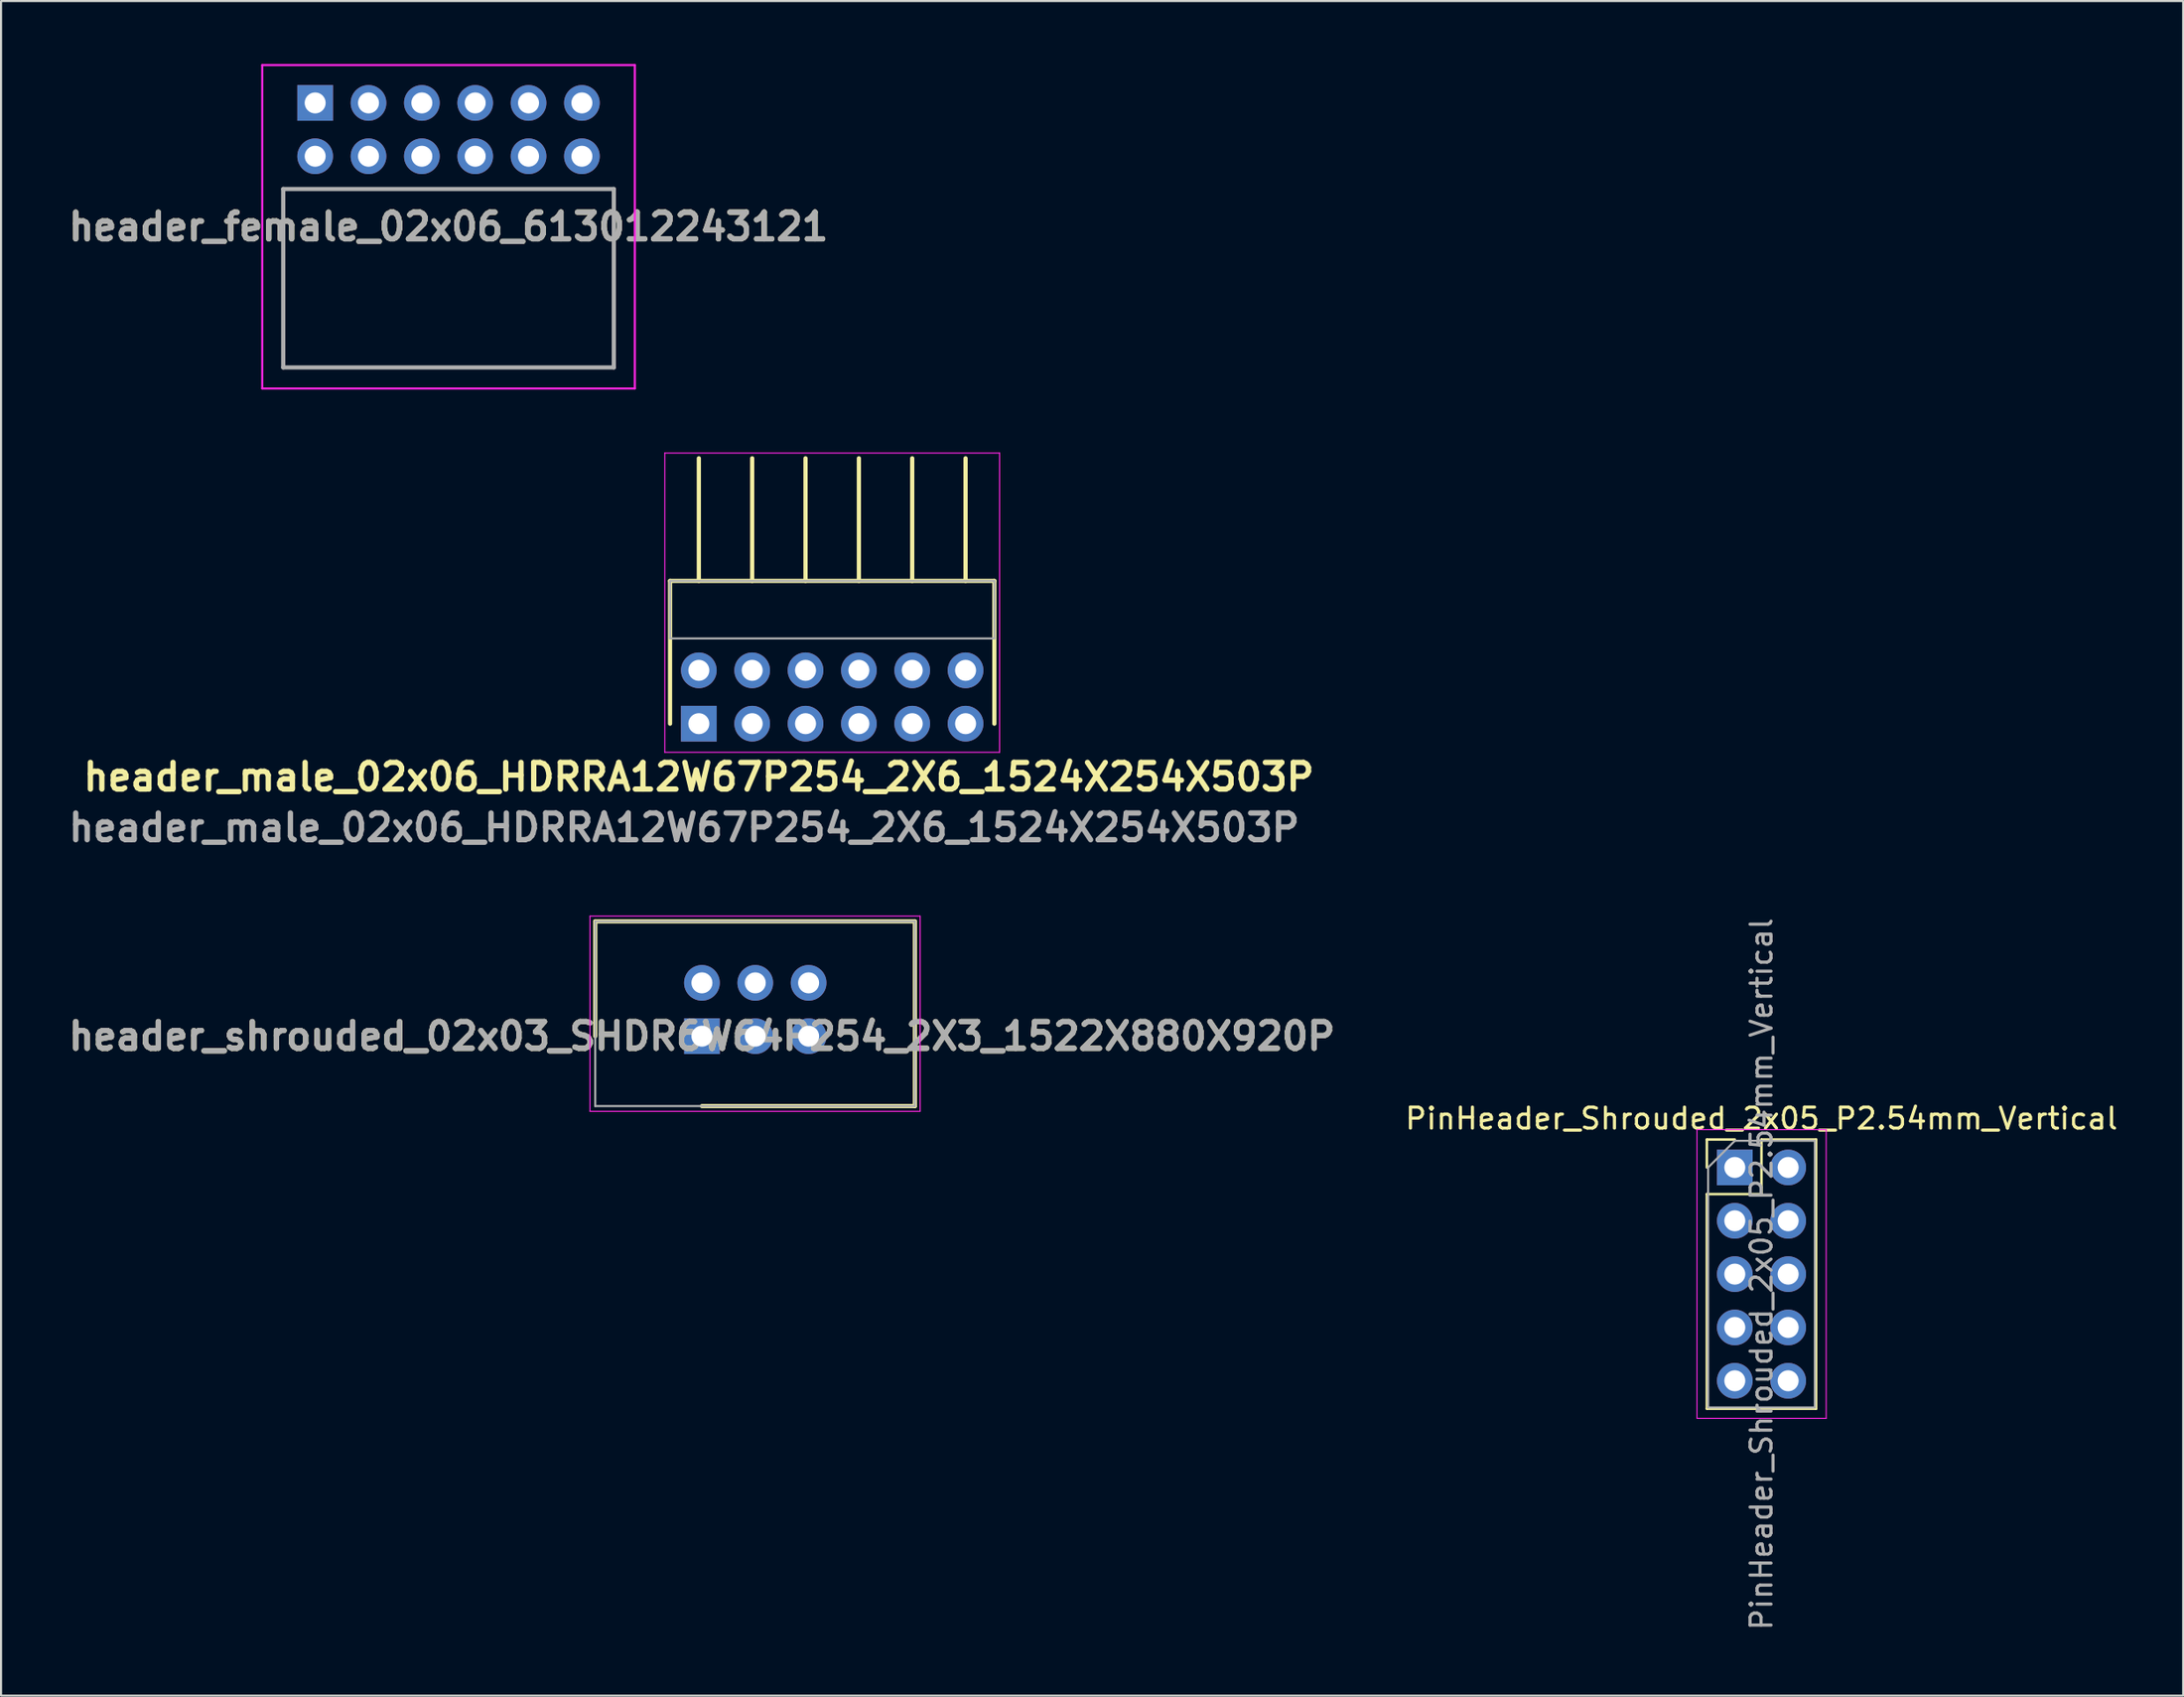
<source format=kicad_pcb>
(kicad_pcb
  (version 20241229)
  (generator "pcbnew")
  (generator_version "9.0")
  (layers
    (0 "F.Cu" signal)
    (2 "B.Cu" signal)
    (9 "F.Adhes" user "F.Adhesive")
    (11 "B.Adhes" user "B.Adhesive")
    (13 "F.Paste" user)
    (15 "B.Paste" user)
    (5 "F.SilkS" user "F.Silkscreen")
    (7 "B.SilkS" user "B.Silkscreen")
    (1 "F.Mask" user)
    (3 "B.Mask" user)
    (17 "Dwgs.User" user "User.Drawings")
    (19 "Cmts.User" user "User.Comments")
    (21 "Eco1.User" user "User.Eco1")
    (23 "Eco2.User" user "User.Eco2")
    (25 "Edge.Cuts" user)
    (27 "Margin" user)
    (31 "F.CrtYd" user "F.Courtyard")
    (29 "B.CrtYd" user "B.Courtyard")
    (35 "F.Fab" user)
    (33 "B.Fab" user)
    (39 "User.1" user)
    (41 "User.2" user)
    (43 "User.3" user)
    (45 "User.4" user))
  (footprint "header_shrouded_02x03_SHDR6W64P254_2X3_1522X880X920P"
    (layer "F.Cu")
    (at 30.371 46.301)
    (property "Reference" "header_shrouded_02x03_SHDR6W64P254_2X3_1522X880X920P" (at 0 0 0) (layer "F.SilkS") (effects (font (size 1.27 1.27) (thickness 0.254))))
    (attr through_hole)
    (fp_line (start -5.08 -5.47) (end -5.08 0) (stroke (width 0.2) (type solid)) (layer "F.SilkS"))
    (fp_line (start 0 3.33) (end 10.14 3.33) (stroke (width 0.2) (type solid)) (layer "F.SilkS"))
    (fp_line (start 10.14 -5.47) (end -5.08 -5.47) (stroke (width 0.2) (type solid)) (layer "F.SilkS"))
    (fp_line (start 10.14 3.33) (end 10.14 -5.47) (stroke (width 0.2) (type solid)) (layer "F.SilkS"))
    (fp_line (start -5.33 -5.72) (end 10.39 -5.72) (stroke (width 0.05) (type solid)) (layer "F.CrtYd"))
    (fp_line (start -5.33 3.58) (end -5.33 -5.72) (stroke (width 0.05) (type solid)) (layer "F.CrtYd"))
    (fp_line (start 10.39 -5.72) (end 10.39 3.58) (stroke (width 0.05) (type solid)) (layer "F.CrtYd"))
    (fp_line (start 10.39 3.58) (end -5.33 3.58) (stroke (width 0.05) (type solid)) (layer "F.CrtYd"))
    (fp_line (start -5.08 -5.47) (end 10.14 -5.47) (stroke (width 0.1) (type solid)) (layer "F.Fab"))
    (fp_line (start -5.08 3.33) (end -5.08 -5.47) (stroke (width 0.1) (type solid)) (layer "F.Fab"))
    (fp_line (start 10.14 -5.47) (end 10.14 3.33) (stroke (width 0.1) (type solid)) (layer "F.Fab"))
    (fp_line (start 10.14 3.33) (end -5.08 3.33) (stroke (width 0.1) (type solid)) (layer "F.Fab"))
    (fp_text user "${REFERENCE}" (at 0 0 0) (layer "F.Fab") (effects (font (size 1.27 1.27) (thickness 0.254))))
    (pad "1" thru_hole rect (at 0 0) (size 1.7 1.7) (drill 1) (layers "*.Cu" "*.Mask"))
    (pad "2" thru_hole circle (at 0 -2.54) (size 1.7 1.7) (drill 1) (layers "*.Cu" "*.Mask"))
    (pad "3" thru_hole circle (at 2.54 0) (size 1.7 1.7) (drill 1) (layers "*.Cu" "*.Mask"))
    (pad "4" thru_hole circle (at 2.54 -2.54) (size 1.7 1.7) (drill 1) (layers "*.Cu" "*.Mask"))
    (pad "5" thru_hole circle (at 5.08 0) (size 1.7 1.7) (drill 1) (layers "*.Cu" "*.Mask"))
    (pad "6" thru_hole circle (at 5.08 -2.54) (size 1.7 1.7) (drill 1) (layers "*.Cu" "*.Mask")))
  (footprint "PinHeader_Shrouded_2x05_P2.54mm_Vertical"
    (layer "F.Cu")
    (at 79.55 52.553)
    (property "Reference" "PinHeader_Shrouded_2x05_P2.54mm_Vertical" (at 1.27 -2.33 0) (layer "F.SilkS") (effects (font (size 1 1) (thickness 0.15))))
    (attr through_hole)
    (fp_line (start -1.33 -1.33) (end 0 -1.33) (stroke (width 0.12) (type solid)) (layer "F.SilkS"))
    (fp_line (start -1.33 0) (end -1.33 -1.33) (stroke (width 0.12) (type solid)) (layer "F.SilkS"))
    (fp_line (start -1.33 1.27) (end -1.33 11.49) (stroke (width 0.12) (type solid)) (layer "F.SilkS"))
    (fp_line (start -1.33 1.27) (end 1.27 1.27) (stroke (width 0.12) (type solid)) (layer "F.SilkS"))
    (fp_line (start -1.33 11.49) (end 3.87 11.49) (stroke (width 0.12) (type solid)) (layer "F.SilkS"))
    (fp_line (start 1.27 -1.33) (end 3.87 -1.33) (stroke (width 0.12) (type solid)) (layer "F.SilkS"))
    (fp_line (start 1.27 1.27) (end 1.27 -1.33) (stroke (width 0.12) (type solid)) (layer "F.SilkS"))
    (fp_line (start 3.87 -1.33) (end 3.87 11.49) (stroke (width 0.12) (type solid)) (layer "F.SilkS"))
    (fp_line (start -1.8 -1.8) (end -1.8 11.95) (stroke (width 0.05) (type solid)) (layer "F.CrtYd"))
    (fp_line (start -1.8 11.95) (end 4.35 11.95) (stroke (width 0.05) (type solid)) (layer "F.CrtYd"))
    (fp_line (start 4.35 -1.8) (end -1.8 -1.8) (stroke (width 0.05) (type solid)) (layer "F.CrtYd"))
    (fp_line (start 4.35 11.95) (end 4.35 -1.8) (stroke (width 0.05) (type solid)) (layer "F.CrtYd"))
    (fp_line (start -1.27 0) (end 0 -1.27) (stroke (width 0.1) (type solid)) (layer "F.Fab"))
    (fp_line (start -1.27 11.43) (end -1.27 0) (stroke (width 0.1) (type solid)) (layer "F.Fab"))
    (fp_line (start 0 -1.27) (end 3.81 -1.27) (stroke (width 0.1) (type solid)) (layer "F.Fab"))
    (fp_line (start 3.81 -1.27) (end 3.81 11.43) (stroke (width 0.1) (type solid)) (layer "F.Fab"))
    (fp_line (start 3.81 11.43) (end -1.27 11.43) (stroke (width 0.1) (type solid)) (layer "F.Fab"))
    (fp_text user "${REFERENCE}" (at 1.27 5.08 90) (layer "F.Fab") (effects (font (size 1 1) (thickness 0.15))))
    (pad "1" thru_hole rect (at 0 0) (size 1.7 1.7) (drill 1) (layers "*.Cu" "*.Mask"))
    (pad "2" thru_hole oval (at 2.54 0) (size 1.7 1.7) (drill 1) (layers "*.Cu" "*.Mask"))
    (pad "3" thru_hole oval (at 0 2.54) (size 1.7 1.7) (drill 1) (layers "*.Cu" "*.Mask"))
    (pad "4" thru_hole oval (at 2.54 2.54) (size 1.7 1.7) (drill 1) (layers "*.Cu" "*.Mask"))
    (pad "5" thru_hole oval (at 0 5.08) (size 1.7 1.7) (drill 1) (layers "*.Cu" "*.Mask"))
    (pad "6" thru_hole oval (at 2.54 5.08) (size 1.7 1.7) (drill 1) (layers "*.Cu" "*.Mask"))
    (pad "7" thru_hole oval (at 0 7.62) (size 1.7 1.7) (drill 1) (layers "*.Cu" "*.Mask"))
    (pad "8" thru_hole oval (at 2.54 7.62) (size 1.7 1.7) (drill 1) (layers "*.Cu" "*.Mask"))
    (pad "9" thru_hole oval (at 0 10.16) (size 1.7 1.7) (drill 1) (layers "*.Cu" "*.Mask"))
    (pad "10" thru_hole oval (at 2.54 10.16) (size 1.7 1.7) (drill 1) (layers "*.Cu" "*.Mask")))
  (footprint "header_female_02x06_613012243121"
    (layer "F.Cu")
    (at 11.956 4.392)
    (property "Reference" "header_female_02x06_613012243121" (at 6.35 3.359 0) (layer "F.SilkS") (effects (font (size 1.27 1.27) (thickness 0.254))))
    (attr through_hole)
    (fp_line (start -1.52 1.56) (end 14.22 1.56) (stroke (width 0.1) (type solid)) (layer "F.SilkS"))
    (fp_line (start -1.52 10.06) (end -1.52 1.56) (stroke (width 0.1) (type solid)) (layer "F.SilkS"))
    (fp_line (start 14.22 1.56) (end 14.22 10.06) (stroke (width 0.1) (type solid)) (layer "F.SilkS"))
    (fp_line (start 14.22 10.06) (end -1.52 10.06) (stroke (width 0.1) (type solid)) (layer "F.SilkS"))
    (fp_line (start -2.52 -4.342) (end 15.22 -4.342) (stroke (width 0.1) (type solid)) (layer "F.CrtYd"))
    (fp_line (start -2.52 11.06) (end -2.52 -4.342) (stroke (width 0.1) (type solid)) (layer "F.CrtYd"))
    (fp_line (start 15.22 -4.342) (end 15.22 11.06) (stroke (width 0.1) (type solid)) (layer "F.CrtYd"))
    (fp_line (start 15.22 11.06) (end -2.52 11.06) (stroke (width 0.1) (type solid)) (layer "F.CrtYd"))
    (fp_line (start -1.52 1.56) (end 14.22 1.56) (stroke (width 0.2) (type solid)) (layer "F.Fab"))
    (fp_line (start -1.52 10.06) (end -1.52 1.56) (stroke (width 0.2) (type solid)) (layer "F.Fab"))
    (fp_line (start 14.22 1.56) (end 14.22 10.06) (stroke (width 0.2) (type solid)) (layer "F.Fab"))
    (fp_line (start 14.22 10.06) (end -1.52 10.06) (stroke (width 0.2) (type solid)) (layer "F.Fab"))
    (fp_text user "${REFERENCE}" (at 6.35 3.359 0) (layer "F.Fab") (effects (font (size 1.27 1.27) (thickness 0.254))))
    (pad "1" thru_hole rect (at 0 -2.54) (size 1.7 1.7) (drill 1) (layers "*.Cu" "*.Mask"))
    (pad "2" thru_hole circle (at 0 0) (size 1.7 1.7) (drill 1) (layers "*.Cu" "*.Mask"))
    (pad "3" thru_hole circle (at 2.54 -2.54) (size 1.7 1.7) (drill 1) (layers "*.Cu" "*.Mask"))
    (pad "4" thru_hole circle (at 2.54 0) (size 1.7 1.7) (drill 1) (layers "*.Cu" "*.Mask"))
    (pad "5" thru_hole circle (at 5.08 -2.54) (size 1.7 1.7) (drill 1) (layers "*.Cu" "*.Mask"))
    (pad "6" thru_hole circle (at 5.08 0) (size 1.7 1.7) (drill 1) (layers "*.Cu" "*.Mask"))
    (pad "7" thru_hole circle (at 7.62 -2.54) (size 1.7 1.7) (drill 1) (layers "*.Cu" "*.Mask"))
    (pad "8" thru_hole circle (at 7.62 0) (size 1.7 1.7) (drill 1) (layers "*.Cu" "*.Mask"))
    (pad "9" thru_hole circle (at 10.16 -2.54) (size 1.7 1.7) (drill 1) (layers "*.Cu" "*.Mask"))
    (pad "10" thru_hole circle (at 10.16 0) (size 1.7 1.7) (drill 1) (layers "*.Cu" "*.Mask"))
    (pad "11" thru_hole circle (at 12.7 -2.54) (size 1.7 1.7) (drill 1) (layers "*.Cu" "*.Mask"))
    (pad "12" thru_hole circle (at 12.7 0) (size 1.7 1.7) (drill 1) (layers "*.Cu" "*.Mask")))
  (footprint "header_male_02x06_HDRRA12W67P254_2X6_1524X254X503P"
    (layer "F.Cu")
    (at 30.224 31.417)
    (property "Reference" "header_male_02x06_HDRRA12W67P254_2X6_1524X254X503P" (at 0 2.54 0) (layer "F.SilkS") (effects (font (size 1.27 1.27) (thickness 0.254))))
    (attr through_hole)
    (fp_line (start -1.37 -6.8) (end -1.37 0) (stroke (width 0.2) (type solid)) (layer "F.SilkS"))
    (fp_line (start 0 -6.8) (end 0 -12.64) (stroke (width 0.2) (type solid)) (layer "F.SilkS"))
    (fp_line (start 2.54 -6.8) (end 2.54 -12.64) (stroke (width 0.2) (type solid)) (layer "F.SilkS"))
    (fp_line (start 5.08 -6.8) (end 5.08 -12.64) (stroke (width 0.2) (type solid)) (layer "F.SilkS"))
    (fp_line (start 7.62 -6.8) (end 7.62 -12.64) (stroke (width 0.2) (type solid)) (layer "F.SilkS"))
    (fp_line (start 10.16 -6.8) (end 10.16 -12.64) (stroke (width 0.2) (type solid)) (layer "F.SilkS"))
    (fp_line (start 12.7 -6.8) (end 12.7 -12.64) (stroke (width 0.2) (type solid)) (layer "F.SilkS"))
    (fp_line (start 14.07 -6.8) (end -1.37 -6.8) (stroke (width 0.2) (type solid)) (layer "F.SilkS"))
    (fp_line (start 14.07 0) (end 14.07 -6.8) (stroke (width 0.2) (type solid)) (layer "F.SilkS"))
    (fp_line (start -1.62 -12.89) (end 14.32 -12.89) (stroke (width 0.05) (type solid)) (layer "F.CrtYd"))
    (fp_line (start -1.62 1.362) (end -1.62 -12.89) (stroke (width 0.05) (type solid)) (layer "F.CrtYd"))
    (fp_line (start 14.32 -12.89) (end 14.32 1.362) (stroke (width 0.05) (type solid)) (layer "F.CrtYd"))
    (fp_line (start 14.32 1.362) (end -1.62 1.362) (stroke (width 0.05) (type solid)) (layer "F.CrtYd"))
    (fp_line (start -1.37 -6.8) (end 14.07 -6.8) (stroke (width 0.1) (type solid)) (layer "F.Fab"))
    (fp_line (start -1.37 -4.06) (end -1.37 -6.8) (stroke (width 0.1) (type solid)) (layer "F.Fab"))
    (fp_line (start 14.07 -6.8) (end 14.07 -4.06) (stroke (width 0.1) (type solid)) (layer "F.Fab"))
    (fp_line (start 14.07 -4.06) (end -1.37 -4.06) (stroke (width 0.1) (type solid)) (layer "F.Fab"))
    (fp_text user "${REFERENCE}" (at -0.7 4.95 0) (layer "F.Fab") (effects (font (size 1.27 1.27) (thickness 0.254))))
    (pad "1" thru_hole rect (at 0 0) (size 1.7 1.7) (drill 1) (layers "*.Cu" "*.Mask"))
    (pad "2" thru_hole circle (at 0 -2.54) (size 1.7 1.7) (drill 1) (layers "*.Cu" "*.Mask"))
    (pad "3" thru_hole circle (at 2.54 0) (size 1.7 1.7) (drill 1) (layers "*.Cu" "*.Mask"))
    (pad "4" thru_hole circle (at 2.54 -2.54) (size 1.7 1.7) (drill 1) (layers "*.Cu" "*.Mask"))
    (pad "5" thru_hole circle (at 5.08 0) (size 1.7 1.7) (drill 1) (layers "*.Cu" "*.Mask"))
    (pad "6" thru_hole circle (at 5.08 -2.54) (size 1.7 1.7) (drill 1) (layers "*.Cu" "*.Mask"))
    (pad "7" thru_hole circle (at 7.62 0) (size 1.7 1.7) (drill 1) (layers "*.Cu" "*.Mask"))
    (pad "8" thru_hole circle (at 7.62 -2.54) (size 1.7 1.7) (drill 1) (layers "*.Cu" "*.Mask"))
    (pad "9" thru_hole circle (at 10.16 0) (size 1.7 1.7) (drill 1) (layers "*.Cu" "*.Mask"))
    (pad "10" thru_hole circle (at 10.16 -2.54) (size 1.7 1.7) (drill 1) (layers "*.Cu" "*.Mask"))
    (pad "11" thru_hole circle (at 12.7 0) (size 1.7 1.7) (drill 1) (layers "*.Cu" "*.Mask"))
    (pad "12" thru_hole circle (at 12.7 -2.54) (size 1.7 1.7) (drill 1) (layers "*.Cu" "*.Mask")))
  (gr_rect
    (start -3 -3)
    (end 100.897 77.71)
    (stroke (width 0.1) (type default))
    (fill no)
    (layer "Edge.Cuts")))
</source>
